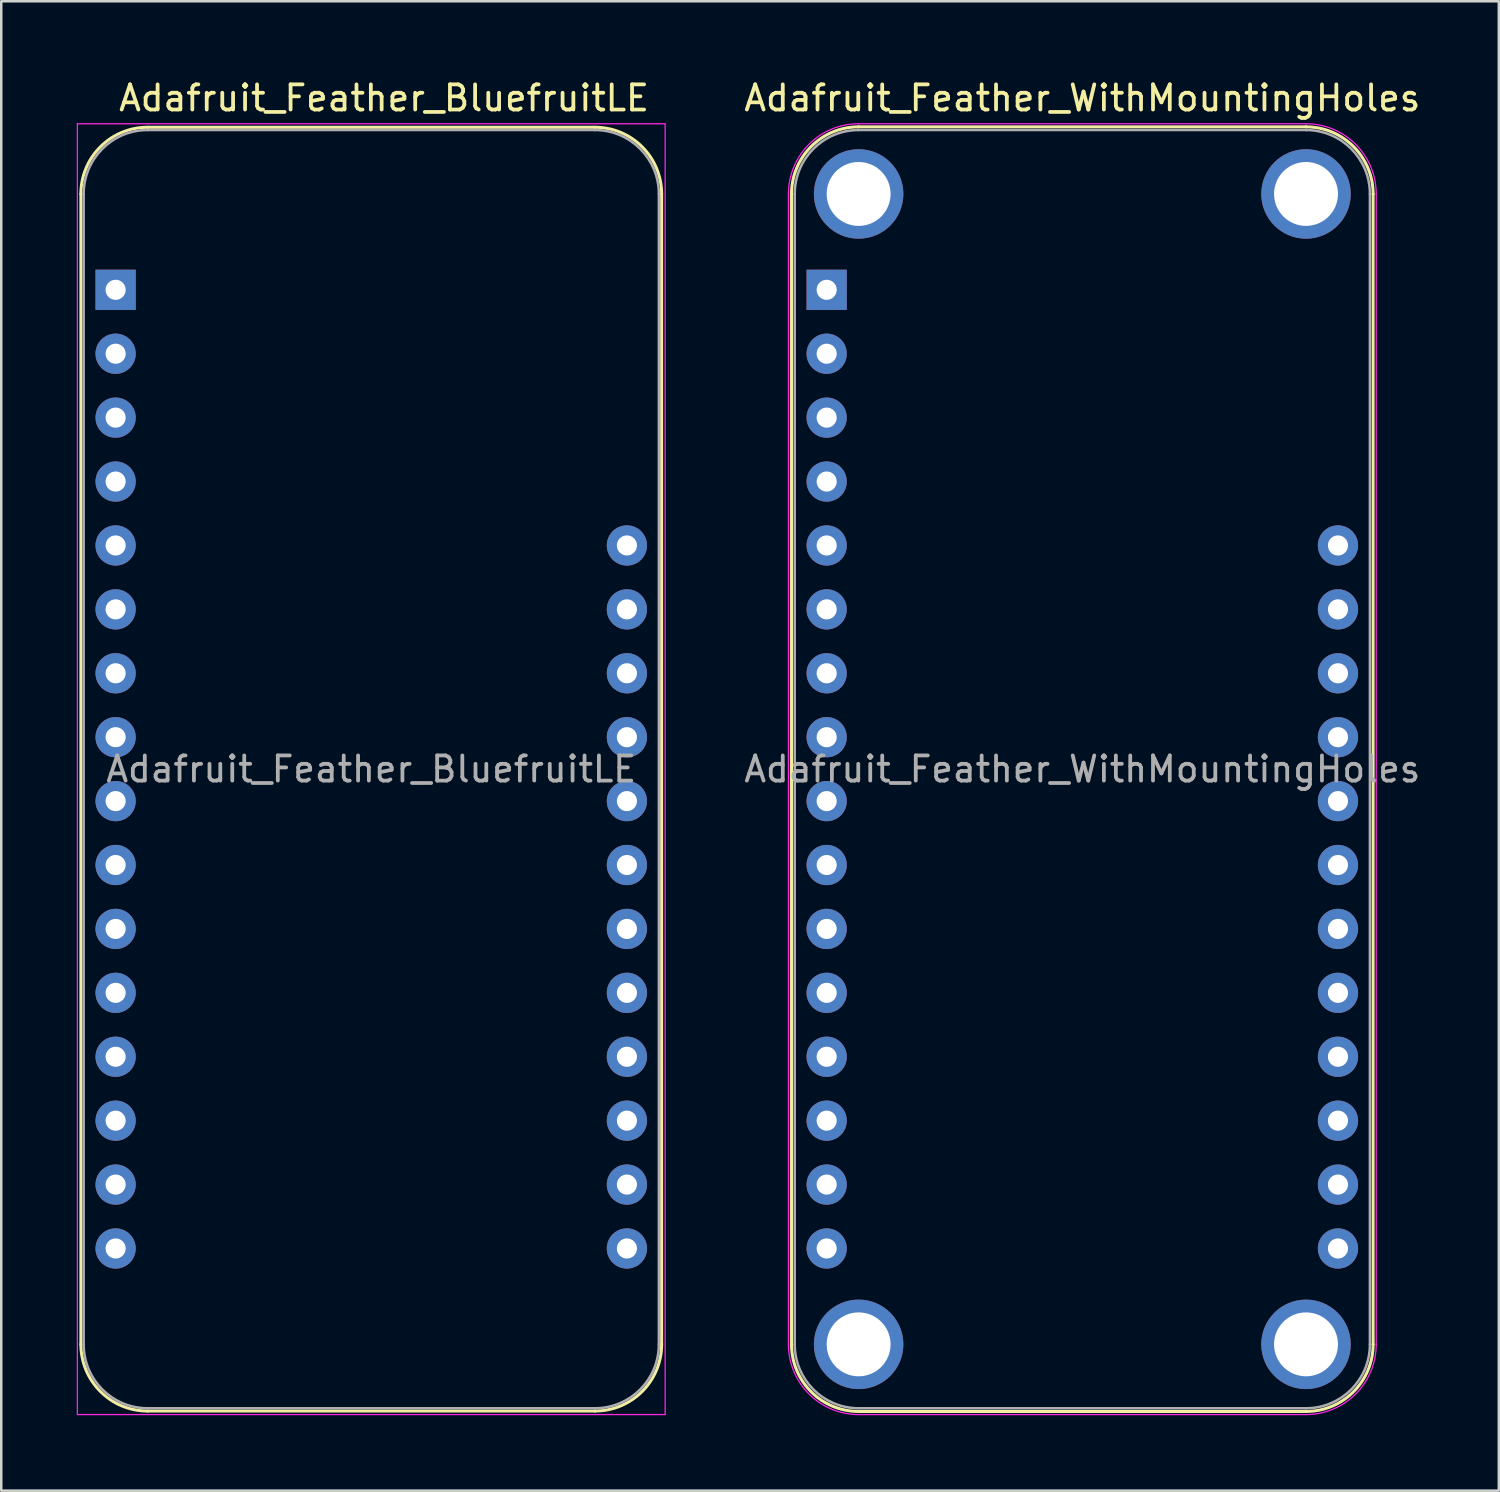
<source format=kicad_pcb>
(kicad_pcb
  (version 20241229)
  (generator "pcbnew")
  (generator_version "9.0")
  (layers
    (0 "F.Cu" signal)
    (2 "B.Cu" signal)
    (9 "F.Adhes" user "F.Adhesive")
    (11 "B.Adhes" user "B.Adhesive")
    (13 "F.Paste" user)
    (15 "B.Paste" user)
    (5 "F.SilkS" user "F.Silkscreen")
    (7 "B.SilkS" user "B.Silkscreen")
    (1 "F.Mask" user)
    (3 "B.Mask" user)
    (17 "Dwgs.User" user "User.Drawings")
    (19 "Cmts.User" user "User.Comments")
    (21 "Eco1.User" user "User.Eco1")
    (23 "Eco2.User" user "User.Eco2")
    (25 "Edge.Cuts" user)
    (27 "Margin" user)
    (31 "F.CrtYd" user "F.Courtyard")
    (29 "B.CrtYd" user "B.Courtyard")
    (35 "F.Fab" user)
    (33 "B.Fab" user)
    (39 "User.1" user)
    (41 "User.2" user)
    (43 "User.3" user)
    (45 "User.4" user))
  (footprint "Adafruit_Feather_BluefruitLE"
    (layer "F.Cu")
    (at 1.545 8.468)
    (property "Reference" "Adafruit_Feather_BluefruitLE" (at 10.668 -7.62 0) (layer "F.SilkS") (effects (font (size 1 1) (thickness 0.15))))
    (attr through_hole)
    (fp_line (start -1.38 41.91) (end -1.38 -3.81) (stroke (width 0.12) (type solid)) (layer "F.SilkS"))
    (fp_line (start 1.27 -6.46) (end 19.05 -6.46) (stroke (width 0.12) (type solid)) (layer "F.SilkS"))
    (fp_line (start 19.05 44.56) (end 1.27 44.56) (stroke (width 0.12) (type solid)) (layer "F.SilkS"))
    (fp_line (start 21.7 -3.81) (end 21.7 41.91) (stroke (width 0.12) (type solid)) (layer "F.SilkS"))
    (fp_arc (start -1.38 -3.81) (mid -0.603833 -5.683833) (end 1.27 -6.46) (stroke (width 0.12) (type solid)) (layer "F.SilkS"))
    (fp_arc (start 1.27 44.56) (mid -0.603833 43.783833) (end -1.38 41.91) (stroke (width 0.12) (type solid)) (layer "F.SilkS"))
    (fp_arc (start 19.05 -6.46) (mid 20.923833 -5.683833) (end 21.7 -3.81) (stroke (width 0.12) (type solid)) (layer "F.SilkS"))
    (fp_arc (start 21.7 41.91) (mid 20.923833 43.783833) (end 19.05 44.56) (stroke (width 0.12) (type solid)) (layer "F.SilkS"))
    (fp_line (start -1.52 -6.6) (end 21.84 -6.6) (stroke (width 0.05) (type solid)) (layer "F.CrtYd"))
    (fp_line (start -1.52 44.7) (end -1.52 -6.6) (stroke (width 0.05) (type solid)) (layer "F.CrtYd"))
    (fp_line (start 21.84 -6.6) (end 21.84 44.7) (stroke (width 0.05) (type solid)) (layer "F.CrtYd"))
    (fp_line (start 21.84 44.7) (end -1.52 44.7) (stroke (width 0.05) (type solid)) (layer "F.CrtYd"))
    (fp_line (start -1.27 41.91) (end -1.27 -3.81) (stroke (width 0.1) (type solid)) (layer "F.Fab"))
    (fp_line (start 1.27 -6.35) (end 19.05 -6.35) (stroke (width 0.1) (type solid)) (layer "F.Fab"))
    (fp_line (start 19.05 44.45) (end 1.27 44.45) (stroke (width 0.1) (type solid)) (layer "F.Fab"))
    (fp_line (start 21.59 -3.81) (end 21.59 41.91) (stroke (width 0.1) (type solid)) (layer "F.Fab"))
    (fp_arc (start -1.27 -3.81) (mid -0.526051 -5.606051) (end 1.27 -6.35) (stroke (width 0.1) (type solid)) (layer "F.Fab"))
    (fp_arc (start 1.27 44.45) (mid -0.526051 43.706051) (end -1.27 41.91) (stroke (width 0.1) (type solid)) (layer "F.Fab"))
    (fp_arc (start 19.05 -6.35) (mid 20.846051 -5.606051) (end 21.59 -3.81) (stroke (width 0.1) (type solid)) (layer "F.Fab"))
    (fp_arc (start 21.59 41.91) (mid 20.846051 43.706051) (end 19.05 44.45) (stroke (width 0.1) (type solid)) (layer "F.Fab"))
    (fp_text user "${REFERENCE}" (at 10.16 19.05 0) (layer "F.Fab") (effects (font (size 1 1) (thickness 0.15))))
    (pad "1" thru_hole rect (at 0 0 270) (size 1.6 1.6) (drill 0.8) (layers "*.Cu" "*.Mask"))
    (pad "2" thru_hole circle (at 0 2.54 270) (size 1.6 1.6) (drill 0.8) (layers "*.Cu" "*.Mask"))
    (pad "3" thru_hole circle (at 0 5.08 270) (size 1.6 1.6) (drill 0.8) (layers "*.Cu" "*.Mask"))
    (pad "4" thru_hole circle (at 0 7.62 270) (size 1.6 1.6) (drill 0.8) (layers "*.Cu" "*.Mask"))
    (pad "5" thru_hole circle (at 0 10.16 270) (size 1.6 1.6) (drill 0.8) (layers "*.Cu" "*.Mask"))
    (pad "6" thru_hole circle (at 0 12.7 270) (size 1.6 1.6) (drill 0.8) (layers "*.Cu" "*.Mask"))
    (pad "7" thru_hole circle (at 0 15.24 270) (size 1.6 1.6) (drill 0.8) (layers "*.Cu" "*.Mask"))
    (pad "8" thru_hole circle (at 0 17.78 270) (size 1.6 1.6) (drill 0.8) (layers "*.Cu" "*.Mask"))
    (pad "9" thru_hole circle (at 0 20.32 270) (size 1.6 1.6) (drill 0.8) (layers "*.Cu" "*.Mask"))
    (pad "10" thru_hole circle (at 0 22.86 270) (size 1.6 1.6) (drill 0.8) (layers "*.Cu" "*.Mask"))
    (pad "11" thru_hole circle (at 0 25.4 270) (size 1.6 1.6) (drill 0.8) (layers "*.Cu" "*.Mask"))
    (pad "12" thru_hole circle (at 0 27.94 270) (size 1.6 1.6) (drill 0.8) (layers "*.Cu" "*.Mask"))
    (pad "13" thru_hole circle (at 0 30.48 270) (size 1.6 1.6) (drill 0.8) (layers "*.Cu" "*.Mask"))
    (pad "14" thru_hole circle (at 0 33.02 270) (size 1.6 1.6) (drill 0.8) (layers "*.Cu" "*.Mask"))
    (pad "15" thru_hole circle (at 0 35.56 270) (size 1.6 1.6) (drill 0.8) (layers "*.Cu" "*.Mask"))
    (pad "16" thru_hole circle (at 0 38.1 270) (size 1.6 1.6) (drill 0.8) (layers "*.Cu" "*.Mask"))
    (pad "17" thru_hole circle (at 20.32 38.1 270) (size 1.6 1.6) (drill 0.8) (layers "*.Cu" "*.Mask"))
    (pad "18" thru_hole circle (at 20.32 35.56 270) (size 1.6 1.6) (drill 0.8) (layers "*.Cu" "*.Mask"))
    (pad "19" thru_hole circle (at 20.32 33.02 270) (size 1.6 1.6) (drill 0.8) (layers "*.Cu" "*.Mask"))
    (pad "20" thru_hole circle (at 20.32 30.48 270) (size 1.6 1.6) (drill 0.8) (layers "*.Cu" "*.Mask"))
    (pad "21" thru_hole circle (at 20.32 27.94 270) (size 1.6 1.6) (drill 0.8) (layers "*.Cu" "*.Mask"))
    (pad "22" thru_hole circle (at 20.32 25.4 270) (size 1.6 1.6) (drill 0.8) (layers "*.Cu" "*.Mask"))
    (pad "23" thru_hole circle (at 20.32 22.86 270) (size 1.6 1.6) (drill 0.8) (layers "*.Cu" "*.Mask"))
    (pad "24" thru_hole circle (at 20.32 20.32 270) (size 1.6 1.6) (drill 0.8) (layers "*.Cu" "*.Mask"))
    (pad "25" thru_hole circle (at 20.32 17.78 270) (size 1.6 1.6) (drill 0.8) (layers "*.Cu" "*.Mask"))
    (pad "26" thru_hole circle (at 20.32 15.24 270) (size 1.6 1.6) (drill 0.8) (layers "*.Cu" "*.Mask"))
    (pad "27" thru_hole circle (at 20.32 12.7 270) (size 1.6 1.6) (drill 0.8) (layers "*.Cu" "*.Mask"))
    (pad "28" thru_hole circle (at 20.32 10.16 270) (size 1.6 1.6) (drill 0.8) (layers "*.Cu" "*.Mask")))
  (footprint "Adafruit_Feather_WithMountingHoles"
    (layer "F.Cu")
    (at 29.804 8.468)
    (property "Reference" "Adafruit_Feather_WithMountingHoles" (at 10.16 -7.62 0) (layer "F.SilkS") (effects (font (size 1 1) (thickness 0.15))))
    (attr through_hole)
    (fp_line (start -1.397 -3.81) (end -1.397 41.91) (stroke (width 0.12) (type solid)) (layer "F.SilkS"))
    (fp_line (start 19.05 -6.477) (end 1.27 -6.477) (stroke (width 0.12) (type solid)) (layer "F.SilkS"))
    (fp_line (start 19.05 44.577) (end 1.27 44.577) (stroke (width 0.12) (type solid)) (layer "F.SilkS"))
    (fp_line (start 21.717 -3.81) (end 21.717 41.91) (stroke (width 0.12) (type solid)) (layer "F.SilkS"))
    (fp_arc (start -1.397 -3.81) (mid -0.615854 -5.695854) (end 1.27 -6.477) (stroke (width 0.12) (type solid)) (layer "F.SilkS"))
    (fp_arc (start 1.27 44.577) (mid -0.615854 43.795854) (end -1.397 41.91) (stroke (width 0.12) (type solid)) (layer "F.SilkS"))
    (fp_arc (start 19.05 -6.477) (mid 20.935854 -5.695854) (end 21.717 -3.81) (stroke (width 0.12) (type solid)) (layer "F.SilkS"))
    (fp_arc (start 21.717 41.91) (mid 20.935854 43.795854) (end 19.05 44.577) (stroke (width 0.12) (type solid)) (layer "F.SilkS"))
    (fp_line (start -1.52 41.91) (end -1.52 -3.81) (stroke (width 0.05) (type solid)) (layer "F.CrtYd"))
    (fp_line (start 19.05 -6.6) (end 1.27 -6.6) (stroke (width 0.05) (type solid)) (layer "F.CrtYd"))
    (fp_line (start 19.05 44.7) (end 1.27 44.7) (stroke (width 0.05) (type solid)) (layer "F.CrtYd"))
    (fp_line (start 21.84 41.91) (end 21.84 -3.81) (stroke (width 0.05) (type solid)) (layer "F.CrtYd"))
    (fp_arc (start -1.52 -3.81) (mid -0.702828 -5.782828) (end 1.27 -6.6) (stroke (width 0.05) (type solid)) (layer "F.CrtYd"))
    (fp_arc (start 1.27 44.7) (mid -0.702828 43.882828) (end -1.52 41.91) (stroke (width 0.05) (type solid)) (layer "F.CrtYd"))
    (fp_arc (start 19.05 -6.6) (mid 21.022828 -5.782828) (end 21.84 -3.81) (stroke (width 0.05) (type solid)) (layer "F.CrtYd"))
    (fp_arc (start 21.84 41.91) (mid 21.022828 43.882828) (end 19.05 44.7) (stroke (width 0.05) (type solid)) (layer "F.CrtYd"))
    (fp_line (start -1.27 -3.81) (end -1.27 41.91) (stroke (width 0.1) (type solid)) (layer "F.Fab"))
    (fp_line (start 1.27 44.45) (end 19.05 44.45) (stroke (width 0.1) (type solid)) (layer "F.Fab"))
    (fp_line (start 19.05 -6.35) (end 1.27 -6.35) (stroke (width 0.1) (type solid)) (layer "F.Fab"))
    (fp_line (start 21.59 41.91) (end 21.59 -3.81) (stroke (width 0.1) (type solid)) (layer "F.Fab"))
    (fp_arc (start -1.27 -3.81) (mid -0.526051 -5.606051) (end 1.27 -6.35) (stroke (width 0.1) (type solid)) (layer "F.Fab"))
    (fp_arc (start 1.221238 44.449532) (mid -0.543209 43.688728) (end -1.27 41.91) (stroke (width 0.1) (type solid)) (layer "F.Fab"))
    (fp_arc (start 19.05 -6.35) (mid 20.846051 -5.606051) (end 21.59 -3.81) (stroke (width 0.1) (type solid)) (layer "F.Fab"))
    (fp_arc (start 21.59 41.91) (mid 20.846051 43.706051) (end 19.05 44.45) (stroke (width 0.1) (type solid)) (layer "F.Fab"))
    (fp_text user "${REFERENCE}" (at 10.16 19.05 180) (layer "F.Fab") (effects (font (size 1 1) (thickness 0.15))))
    (pad "" np_thru_hole circle (at 1.27 -3.81 270) (size 3.556 3.556) (drill 2.54) (layers "*.Cu" "*.Mask"))
    (pad "" np_thru_hole circle (at 1.27 41.91 270) (size 3.556 3.556) (drill 2.54) (layers "*.Cu" "*.Mask"))
    (pad "" np_thru_hole circle (at 19.05 -3.81 270) (size 3.556 3.556) (drill 2.54) (layers "*.Cu" "*.Mask"))
    (pad "" np_thru_hole circle (at 19.05 41.91 270) (size 3.556 3.556) (drill 2.54) (layers "*.Cu" "*.Mask"))
    (pad "1" thru_hole rect (at 0 0 180) (size 1.6 1.6) (drill 0.8) (layers "*.Cu" "*.Mask"))
    (pad "2" thru_hole circle (at 0 2.54 180) (size 1.6 1.6) (drill 0.8) (layers "*.Cu" "*.Mask"))
    (pad "3" thru_hole circle (at 0 5.08 180) (size 1.6 1.6) (drill 0.8) (layers "*.Cu" "*.Mask"))
    (pad "4" thru_hole circle (at 0 7.62 180) (size 1.6 1.6) (drill 0.8) (layers "*.Cu" "*.Mask"))
    (pad "5" thru_hole circle (at 0 10.16 180) (size 1.6 1.6) (drill 0.8) (layers "*.Cu" "*.Mask"))
    (pad "6" thru_hole circle (at 0 12.7 180) (size 1.6 1.6) (drill 0.8) (layers "*.Cu" "*.Mask"))
    (pad "7" thru_hole circle (at 0 15.24 180) (size 1.6 1.6) (drill 0.8) (layers "*.Cu" "*.Mask"))
    (pad "8" thru_hole circle (at 0 17.78 180) (size 1.6 1.6) (drill 0.8) (layers "*.Cu" "*.Mask"))
    (pad "9" thru_hole circle (at 0 20.32 180) (size 1.6 1.6) (drill 0.8) (layers "*.Cu" "*.Mask"))
    (pad "10" thru_hole circle (at 0 22.86 180) (size 1.6 1.6) (drill 0.8) (layers "*.Cu" "*.Mask"))
    (pad "11" thru_hole circle (at 0 25.4 180) (size 1.6 1.6) (drill 0.8) (layers "*.Cu" "*.Mask"))
    (pad "12" thru_hole circle (at 0 27.94 180) (size 1.6 1.6) (drill 0.8) (layers "*.Cu" "*.Mask"))
    (pad "13" thru_hole circle (at 0 30.48 180) (size 1.6 1.6) (drill 0.8) (layers "*.Cu" "*.Mask"))
    (pad "14" thru_hole circle (at 0 33.02 180) (size 1.6 1.6) (drill 0.8) (layers "*.Cu" "*.Mask"))
    (pad "15" thru_hole circle (at 0 35.56 180) (size 1.6 1.6) (drill 0.8) (layers "*.Cu" "*.Mask"))
    (pad "16" thru_hole circle (at 0 38.1 180) (size 1.6 1.6) (drill 0.8) (layers "*.Cu" "*.Mask"))
    (pad "17" thru_hole circle (at 20.32 38.1 180) (size 1.6 1.6) (drill 0.8) (layers "*.Cu" "*.Mask"))
    (pad "18" thru_hole circle (at 20.32 35.56 180) (size 1.6 1.6) (drill 0.8) (layers "*.Cu" "*.Mask"))
    (pad "19" thru_hole circle (at 20.32 33.02 180) (size 1.6 1.6) (drill 0.8) (layers "*.Cu" "*.Mask"))
    (pad "20" thru_hole circle (at 20.32 30.48 180) (size 1.6 1.6) (drill 0.8) (layers "*.Cu" "*.Mask"))
    (pad "21" thru_hole circle (at 20.32 27.94 180) (size 1.6 1.6) (drill 0.8) (layers "*.Cu" "*.Mask"))
    (pad "22" thru_hole circle (at 20.32 25.4 180) (size 1.6 1.6) (drill 0.8) (layers "*.Cu" "*.Mask"))
    (pad "23" thru_hole circle (at 20.32 22.86 180) (size 1.6 1.6) (drill 0.8) (layers "*.Cu" "*.Mask"))
    (pad "24" thru_hole circle (at 20.32 20.32 180) (size 1.6 1.6) (drill 0.8) (layers "*.Cu" "*.Mask"))
    (pad "25" thru_hole circle (at 20.32 17.78 180) (size 1.6 1.6) (drill 0.8) (layers "*.Cu" "*.Mask"))
    (pad "26" thru_hole circle (at 20.32 15.24 180) (size 1.6 1.6) (drill 0.8) (layers "*.Cu" "*.Mask"))
    (pad "27" thru_hole circle (at 20.32 12.7 180) (size 1.6 1.6) (drill 0.8) (layers "*.Cu" "*.Mask"))
    (pad "28" thru_hole circle (at 20.32 10.16 180) (size 1.6 1.6) (drill 0.8) (layers "*.Cu" "*.Mask")))
  (gr_rect
    (start -3 -3)
    (end 56.517 56.193)
    (stroke (width 0.1) (type default))
    (fill no)
    (layer "Edge.Cuts")))
</source>
